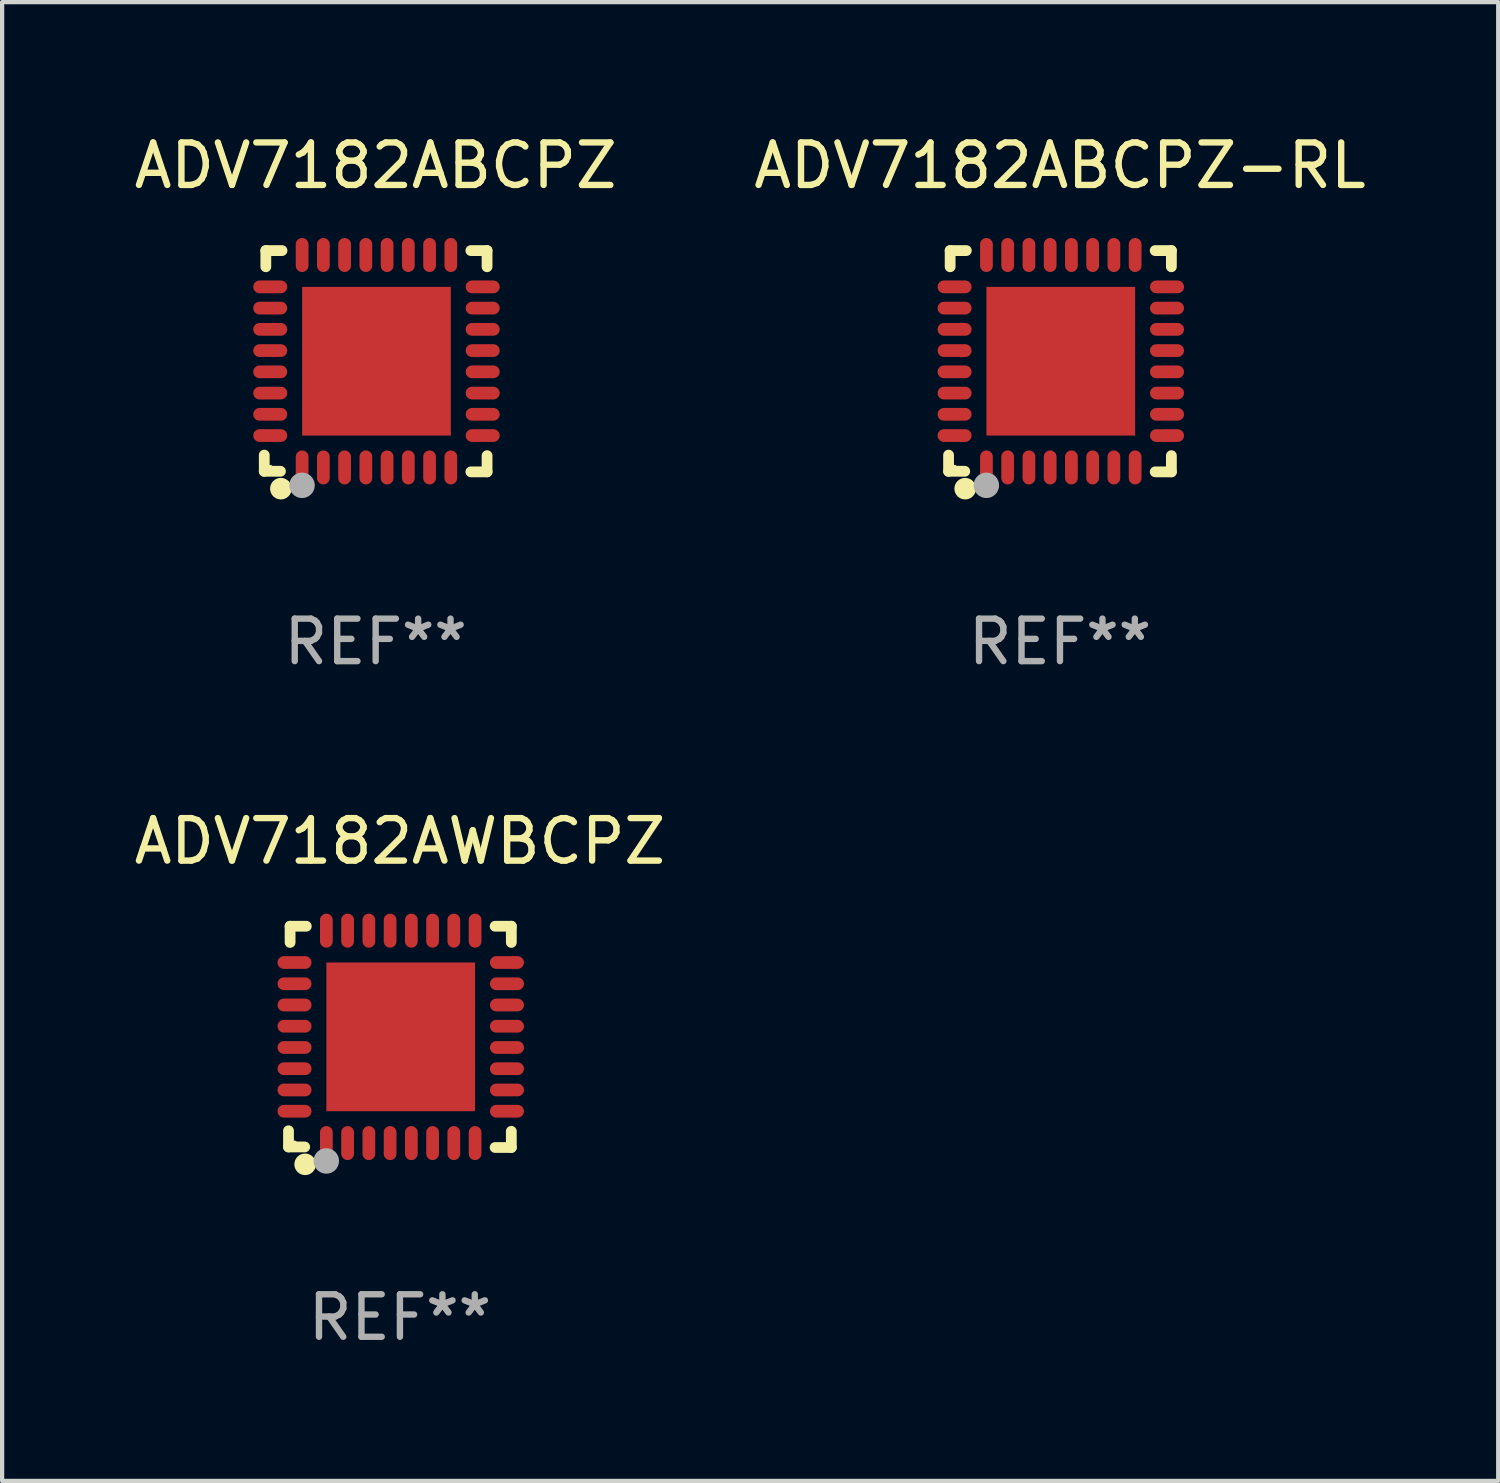
<source format=kicad_pcb>
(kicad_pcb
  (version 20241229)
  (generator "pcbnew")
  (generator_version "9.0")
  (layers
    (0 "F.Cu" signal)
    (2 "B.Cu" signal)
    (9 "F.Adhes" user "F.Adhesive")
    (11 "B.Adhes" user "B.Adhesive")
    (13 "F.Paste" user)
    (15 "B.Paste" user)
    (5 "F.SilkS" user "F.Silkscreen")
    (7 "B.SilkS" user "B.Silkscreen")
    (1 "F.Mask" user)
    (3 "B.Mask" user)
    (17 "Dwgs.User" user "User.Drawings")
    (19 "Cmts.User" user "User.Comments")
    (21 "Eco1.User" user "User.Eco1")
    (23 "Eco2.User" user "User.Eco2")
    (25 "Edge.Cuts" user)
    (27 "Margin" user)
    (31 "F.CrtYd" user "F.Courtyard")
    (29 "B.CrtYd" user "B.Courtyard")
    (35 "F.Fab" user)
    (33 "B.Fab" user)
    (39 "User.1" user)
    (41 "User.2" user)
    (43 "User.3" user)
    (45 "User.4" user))
  (footprint "ADV7182ABCPZ"
    (layer "F.Cu")
    (at 5.792 5.452)
    (property "Reference" "ADV7182ABCPZ" (at 0 -4.604 0) (layer "F.SilkS") (effects (font (size 1 1) (thickness 0.15))))
    (attr through_hole)
    (fp_line (start -2.622 2.21) (end -2.622 2.591) (stroke (width 0.254) (type solid)) (layer "F.SilkS"))
    (fp_line (start -2.622 2.591) (end -2.241 2.591) (stroke (width 0.254) (type solid)) (layer "F.SilkS"))
    (fp_line (start -2.585 -2.604) (end -2.585 -2.223) (stroke (width 0.254) (type solid)) (layer "F.SilkS"))
    (fp_line (start -2.204 -2.604) (end -2.585 -2.604) (stroke (width 0.254) (type solid)) (layer "F.SilkS"))
    (fp_line (start 2.241 2.604) (end 2.622 2.604) (stroke (width 0.254) (type solid)) (layer "F.SilkS"))
    (fp_line (start 2.622 -2.604) (end 2.241 -2.604) (stroke (width 0.254) (type solid)) (layer "F.SilkS"))
    (fp_line (start 2.622 -2.223) (end 2.622 -2.604) (stroke (width 0.254) (type solid)) (layer "F.SilkS"))
    (fp_line (start 2.622 2.604) (end 2.622 2.223) (stroke (width 0.254) (type solid)) (layer "F.SilkS"))
    (fp_circle (center -2.481 2.5) (end -2.451 2.5) (stroke (width 0.06) (type solid)) (fill no) (layer "F.SilkS"))
    (fp_circle (center -2.231 3) (end -2.104 3) (stroke (width 0.254) (type solid)) (fill no) (layer "F.SilkS"))
    (fp_circle (center -1.733 2.921) (end -1.583 2.921) (stroke (width 0.3) (type solid)) (fill no) (layer "F.Fab"))
    (fp_text user "REF**" (at 0 6.604 0) (layer "F.Fab") (effects (font (size 1 1) (thickness 0.15))))
    (pad "1" smd oval (at -1.731 2.5 90) (size 0.8 0.3) (layers "F.Cu" "F.Mask" "F.Paste"))
    (pad "2" smd oval (at -1.231 2.5 90) (size 0.8 0.3) (layers "F.Cu" "F.Mask" "F.Paste"))
    (pad "3" smd oval (at -0.731 2.5 90) (size 0.8 0.3) (layers "F.Cu" "F.Mask" "F.Paste"))
    (pad "4" smd oval (at -0.231 2.5 90) (size 0.8 0.3) (layers "F.Cu" "F.Mask" "F.Paste"))
    (pad "5" smd oval (at 0.269 2.5 90) (size 0.8 0.3) (layers "F.Cu" "F.Mask" "F.Paste"))
    (pad "6" smd oval (at 0.769 2.5 90) (size 0.8 0.3) (layers "F.Cu" "F.Mask" "F.Paste"))
    (pad "7" smd oval (at 1.269 2.5 90) (size 0.8 0.3) (layers "F.Cu" "F.Mask" "F.Paste"))
    (pad "8" smd oval (at 1.769 2.5 90) (size 0.8 0.3) (layers "F.Cu" "F.Mask" "F.Paste"))
    (pad "9" smd oval (at 2.519 1.75 180) (size 0.8 0.3) (layers "F.Cu" "F.Mask" "F.Paste"))
    (pad "10" smd oval (at 2.519 1.25 180) (size 0.8 0.3) (layers "F.Cu" "F.Mask" "F.Paste"))
    (pad "11" smd oval (at 2.519 0.75 180) (size 0.8 0.3) (layers "F.Cu" "F.Mask" "F.Paste"))
    (pad "12" smd oval (at 2.519 0.25 180) (size 0.8 0.3) (layers "F.Cu" "F.Mask" "F.Paste"))
    (pad "13" smd oval (at 2.519 -0.25 180) (size 0.8 0.3) (layers "F.Cu" "F.Mask" "F.Paste"))
    (pad "14" smd oval (at 2.519 -0.75 180) (size 0.8 0.3) (layers "F.Cu" "F.Mask" "F.Paste"))
    (pad "15" smd oval (at 2.519 -1.25 180) (size 0.8 0.3) (layers "F.Cu" "F.Mask" "F.Paste"))
    (pad "16" smd oval (at 2.519 -1.75 180) (size 0.8 0.3) (layers "F.Cu" "F.Mask" "F.Paste"))
    (pad "17" smd oval (at 1.769 -2.5 270) (size 0.8 0.3) (layers "F.Cu" "F.Mask" "F.Paste"))
    (pad "18" smd oval (at 1.269 -2.5 270) (size 0.8 0.3) (layers "F.Cu" "F.Mask" "F.Paste"))
    (pad "19" smd oval (at 0.769 -2.5 270) (size 0.8 0.3) (layers "F.Cu" "F.Mask" "F.Paste"))
    (pad "20" smd oval (at 0.269 -2.5 270) (size 0.8 0.3) (layers "F.Cu" "F.Mask" "F.Paste"))
    (pad "21" smd oval (at -0.231 -2.5 270) (size 0.8 0.3) (layers "F.Cu" "F.Mask" "F.Paste"))
    (pad "22" smd oval (at -0.731 -2.5 270) (size 0.8 0.3) (layers "F.Cu" "F.Mask" "F.Paste"))
    (pad "23" smd oval (at -1.231 -2.5 270) (size 0.8 0.3) (layers "F.Cu" "F.Mask" "F.Paste"))
    (pad "24" smd oval (at -1.731 -2.5 270) (size 0.8 0.3) (layers "F.Cu" "F.Mask" "F.Paste"))
    (pad "25" smd oval (at -2.481 -1.75) (size 0.8 0.3) (layers "F.Cu" "F.Mask" "F.Paste"))
    (pad "26" smd oval (at -2.481 -1.25) (size 0.8 0.3) (layers "F.Cu" "F.Mask" "F.Paste"))
    (pad "27" smd oval (at -2.481 -0.75) (size 0.8 0.3) (layers "F.Cu" "F.Mask" "F.Paste"))
    (pad "28" smd oval (at -2.481 -0.25) (size 0.8 0.3) (layers "F.Cu" "F.Mask" "F.Paste"))
    (pad "29" smd oval (at -2.481 0.25) (size 0.8 0.3) (layers "F.Cu" "F.Mask" "F.Paste"))
    (pad "30" smd oval (at -2.481 0.75) (size 0.8 0.3) (layers "F.Cu" "F.Mask" "F.Paste"))
    (pad "31" smd oval (at -2.481 1.25) (size 0.8 0.3) (layers "F.Cu" "F.Mask" "F.Paste"))
    (pad "32" smd oval (at -2.481 1.75) (size 0.8 0.3) (layers "F.Cu" "F.Mask" "F.Paste"))
    (pad "33" smd rect (at 0.019 -0.000025 90) (size 3.5 3.5) (layers "F.Cu" "F.Mask" "F.Paste")))
  (footprint "ADV7182AWBCPZ"
    (layer "F.Cu")
    (at 6.363 21.355)
    (property "Reference" "ADV7182AWBCPZ" (at 0 -4.604 0) (layer "F.SilkS") (effects (font (size 1 1) (thickness 0.15))))
    (attr through_hole)
    (fp_line (start -2.622 2.21) (end -2.622 2.591) (stroke (width 0.254) (type solid)) (layer "F.SilkS"))
    (fp_line (start -2.622 2.591) (end -2.241 2.591) (stroke (width 0.254) (type solid)) (layer "F.SilkS"))
    (fp_line (start -2.585 -2.604) (end -2.585 -2.223) (stroke (width 0.254) (type solid)) (layer "F.SilkS"))
    (fp_line (start -2.204 -2.604) (end -2.585 -2.604) (stroke (width 0.254) (type solid)) (layer "F.SilkS"))
    (fp_line (start 2.241 2.604) (end 2.622 2.604) (stroke (width 0.254) (type solid)) (layer "F.SilkS"))
    (fp_line (start 2.622 -2.604) (end 2.241 -2.604) (stroke (width 0.254) (type solid)) (layer "F.SilkS"))
    (fp_line (start 2.622 -2.223) (end 2.622 -2.604) (stroke (width 0.254) (type solid)) (layer "F.SilkS"))
    (fp_line (start 2.622 2.604) (end 2.622 2.223) (stroke (width 0.254) (type solid)) (layer "F.SilkS"))
    (fp_circle (center -2.481 2.5) (end -2.451 2.5) (stroke (width 0.06) (type solid)) (fill no) (layer "F.SilkS"))
    (fp_circle (center -2.231 3) (end -2.104 3) (stroke (width 0.254) (type solid)) (fill no) (layer "F.SilkS"))
    (fp_circle (center -1.733 2.921) (end -1.583 2.921) (stroke (width 0.3) (type solid)) (fill no) (layer "F.Fab"))
    (fp_text user "REF**" (at 0 6.604 0) (layer "F.Fab") (effects (font (size 1 1) (thickness 0.15))))
    (pad "1" smd oval (at -1.731 2.5 90) (size 0.8 0.3) (layers "F.Cu" "F.Mask" "F.Paste"))
    (pad "2" smd oval (at -1.231 2.5 90) (size 0.8 0.3) (layers "F.Cu" "F.Mask" "F.Paste"))
    (pad "3" smd oval (at -0.731 2.5 90) (size 0.8 0.3) (layers "F.Cu" "F.Mask" "F.Paste"))
    (pad "4" smd oval (at -0.231 2.5 90) (size 0.8 0.3) (layers "F.Cu" "F.Mask" "F.Paste"))
    (pad "5" smd oval (at 0.269 2.5 90) (size 0.8 0.3) (layers "F.Cu" "F.Mask" "F.Paste"))
    (pad "6" smd oval (at 0.769 2.5 90) (size 0.8 0.3) (layers "F.Cu" "F.Mask" "F.Paste"))
    (pad "7" smd oval (at 1.269 2.5 90) (size 0.8 0.3) (layers "F.Cu" "F.Mask" "F.Paste"))
    (pad "8" smd oval (at 1.769 2.5 90) (size 0.8 0.3) (layers "F.Cu" "F.Mask" "F.Paste"))
    (pad "9" smd oval (at 2.519 1.75 180) (size 0.8 0.3) (layers "F.Cu" "F.Mask" "F.Paste"))
    (pad "10" smd oval (at 2.519 1.25 180) (size 0.8 0.3) (layers "F.Cu" "F.Mask" "F.Paste"))
    (pad "11" smd oval (at 2.519 0.75 180) (size 0.8 0.3) (layers "F.Cu" "F.Mask" "F.Paste"))
    (pad "12" smd oval (at 2.519 0.25 180) (size 0.8 0.3) (layers "F.Cu" "F.Mask" "F.Paste"))
    (pad "13" smd oval (at 2.519 -0.25 180) (size 0.8 0.3) (layers "F.Cu" "F.Mask" "F.Paste"))
    (pad "14" smd oval (at 2.519 -0.75 180) (size 0.8 0.3) (layers "F.Cu" "F.Mask" "F.Paste"))
    (pad "15" smd oval (at 2.519 -1.25 180) (size 0.8 0.3) (layers "F.Cu" "F.Mask" "F.Paste"))
    (pad "16" smd oval (at 2.519 -1.75 180) (size 0.8 0.3) (layers "F.Cu" "F.Mask" "F.Paste"))
    (pad "17" smd oval (at 1.769 -2.5 270) (size 0.8 0.3) (layers "F.Cu" "F.Mask" "F.Paste"))
    (pad "18" smd oval (at 1.269 -2.5 270) (size 0.8 0.3) (layers "F.Cu" "F.Mask" "F.Paste"))
    (pad "19" smd oval (at 0.769 -2.5 270) (size 0.8 0.3) (layers "F.Cu" "F.Mask" "F.Paste"))
    (pad "20" smd oval (at 0.269 -2.5 270) (size 0.8 0.3) (layers "F.Cu" "F.Mask" "F.Paste"))
    (pad "21" smd oval (at -0.231 -2.5 270) (size 0.8 0.3) (layers "F.Cu" "F.Mask" "F.Paste"))
    (pad "22" smd oval (at -0.731 -2.5 270) (size 0.8 0.3) (layers "F.Cu" "F.Mask" "F.Paste"))
    (pad "23" smd oval (at -1.231 -2.5 270) (size 0.8 0.3) (layers "F.Cu" "F.Mask" "F.Paste"))
    (pad "24" smd oval (at -1.731 -2.5 270) (size 0.8 0.3) (layers "F.Cu" "F.Mask" "F.Paste"))
    (pad "25" smd oval (at -2.481 -1.75) (size 0.8 0.3) (layers "F.Cu" "F.Mask" "F.Paste"))
    (pad "26" smd oval (at -2.481 -1.25) (size 0.8 0.3) (layers "F.Cu" "F.Mask" "F.Paste"))
    (pad "27" smd oval (at -2.481 -0.75) (size 0.8 0.3) (layers "F.Cu" "F.Mask" "F.Paste"))
    (pad "28" smd oval (at -2.481 -0.25) (size 0.8 0.3) (layers "F.Cu" "F.Mask" "F.Paste"))
    (pad "29" smd oval (at -2.481 0.25) (size 0.8 0.3) (layers "F.Cu" "F.Mask" "F.Paste"))
    (pad "30" smd oval (at -2.481 0.75) (size 0.8 0.3) (layers "F.Cu" "F.Mask" "F.Paste"))
    (pad "31" smd oval (at -2.481 1.25) (size 0.8 0.3) (layers "F.Cu" "F.Mask" "F.Paste"))
    (pad "32" smd oval (at -2.481 1.75) (size 0.8 0.3) (layers "F.Cu" "F.Mask" "F.Paste"))
    (pad "33" smd rect (at 0.019 -0.000025 90) (size 3.5 3.5) (layers "F.Cu" "F.Mask" "F.Paste")))
  (footprint "ADV7182ABCPZ-RL"
    (layer "F.Cu")
    (at 21.899 5.452)
    (property "Reference" "ADV7182ABCPZ-RL" (at 0 -4.604 0) (layer "F.SilkS") (effects (font (size 1 1) (thickness 0.15))))
    (attr through_hole)
    (fp_line (start -2.622 2.21) (end -2.622 2.591) (stroke (width 0.254) (type solid)) (layer "F.SilkS"))
    (fp_line (start -2.622 2.591) (end -2.241 2.591) (stroke (width 0.254) (type solid)) (layer "F.SilkS"))
    (fp_line (start -2.585 -2.604) (end -2.585 -2.223) (stroke (width 0.254) (type solid)) (layer "F.SilkS"))
    (fp_line (start -2.204 -2.604) (end -2.585 -2.604) (stroke (width 0.254) (type solid)) (layer "F.SilkS"))
    (fp_line (start 2.241 2.604) (end 2.622 2.604) (stroke (width 0.254) (type solid)) (layer "F.SilkS"))
    (fp_line (start 2.622 -2.604) (end 2.241 -2.604) (stroke (width 0.254) (type solid)) (layer "F.SilkS"))
    (fp_line (start 2.622 -2.223) (end 2.622 -2.604) (stroke (width 0.254) (type solid)) (layer "F.SilkS"))
    (fp_line (start 2.622 2.604) (end 2.622 2.223) (stroke (width 0.254) (type solid)) (layer "F.SilkS"))
    (fp_circle (center -2.481 2.5) (end -2.451 2.5) (stroke (width 0.06) (type solid)) (fill no) (layer "F.SilkS"))
    (fp_circle (center -2.231 3) (end -2.104 3) (stroke (width 0.254) (type solid)) (fill no) (layer "F.SilkS"))
    (fp_circle (center -1.733 2.921) (end -1.583 2.921) (stroke (width 0.3) (type solid)) (fill no) (layer "F.Fab"))
    (fp_text user "REF**" (at 0 6.604 0) (layer "F.Fab") (effects (font (size 1 1) (thickness 0.15))))
    (pad "1" smd oval (at -1.731 2.5 90) (size 0.8 0.3) (layers "F.Cu" "F.Mask" "F.Paste"))
    (pad "2" smd oval (at -1.231 2.5 90) (size 0.8 0.3) (layers "F.Cu" "F.Mask" "F.Paste"))
    (pad "3" smd oval (at -0.731 2.5 90) (size 0.8 0.3) (layers "F.Cu" "F.Mask" "F.Paste"))
    (pad "4" smd oval (at -0.231 2.5 90) (size 0.8 0.3) (layers "F.Cu" "F.Mask" "F.Paste"))
    (pad "5" smd oval (at 0.269 2.5 90) (size 0.8 0.3) (layers "F.Cu" "F.Mask" "F.Paste"))
    (pad "6" smd oval (at 0.769 2.5 90) (size 0.8 0.3) (layers "F.Cu" "F.Mask" "F.Paste"))
    (pad "7" smd oval (at 1.269 2.5 90) (size 0.8 0.3) (layers "F.Cu" "F.Mask" "F.Paste"))
    (pad "8" smd oval (at 1.769 2.5 90) (size 0.8 0.3) (layers "F.Cu" "F.Mask" "F.Paste"))
    (pad "9" smd oval (at 2.519 1.75 180) (size 0.8 0.3) (layers "F.Cu" "F.Mask" "F.Paste"))
    (pad "10" smd oval (at 2.519 1.25 180) (size 0.8 0.3) (layers "F.Cu" "F.Mask" "F.Paste"))
    (pad "11" smd oval (at 2.519 0.75 180) (size 0.8 0.3) (layers "F.Cu" "F.Mask" "F.Paste"))
    (pad "12" smd oval (at 2.519 0.25 180) (size 0.8 0.3) (layers "F.Cu" "F.Mask" "F.Paste"))
    (pad "13" smd oval (at 2.519 -0.25 180) (size 0.8 0.3) (layers "F.Cu" "F.Mask" "F.Paste"))
    (pad "14" smd oval (at 2.519 -0.75 180) (size 0.8 0.3) (layers "F.Cu" "F.Mask" "F.Paste"))
    (pad "15" smd oval (at 2.519 -1.25 180) (size 0.8 0.3) (layers "F.Cu" "F.Mask" "F.Paste"))
    (pad "16" smd oval (at 2.519 -1.75 180) (size 0.8 0.3) (layers "F.Cu" "F.Mask" "F.Paste"))
    (pad "17" smd oval (at 1.769 -2.5 270) (size 0.8 0.3) (layers "F.Cu" "F.Mask" "F.Paste"))
    (pad "18" smd oval (at 1.269 -2.5 270) (size 0.8 0.3) (layers "F.Cu" "F.Mask" "F.Paste"))
    (pad "19" smd oval (at 0.769 -2.5 270) (size 0.8 0.3) (layers "F.Cu" "F.Mask" "F.Paste"))
    (pad "20" smd oval (at 0.269 -2.5 270) (size 0.8 0.3) (layers "F.Cu" "F.Mask" "F.Paste"))
    (pad "21" smd oval (at -0.231 -2.5 270) (size 0.8 0.3) (layers "F.Cu" "F.Mask" "F.Paste"))
    (pad "22" smd oval (at -0.731 -2.5 270) (size 0.8 0.3) (layers "F.Cu" "F.Mask" "F.Paste"))
    (pad "23" smd oval (at -1.231 -2.5 270) (size 0.8 0.3) (layers "F.Cu" "F.Mask" "F.Paste"))
    (pad "24" smd oval (at -1.731 -2.5 270) (size 0.8 0.3) (layers "F.Cu" "F.Mask" "F.Paste"))
    (pad "25" smd oval (at -2.481 -1.75) (size 0.8 0.3) (layers "F.Cu" "F.Mask" "F.Paste"))
    (pad "26" smd oval (at -2.481 -1.25) (size 0.8 0.3) (layers "F.Cu" "F.Mask" "F.Paste"))
    (pad "27" smd oval (at -2.481 -0.75) (size 0.8 0.3) (layers "F.Cu" "F.Mask" "F.Paste"))
    (pad "28" smd oval (at -2.481 -0.25) (size 0.8 0.3) (layers "F.Cu" "F.Mask" "F.Paste"))
    (pad "29" smd oval (at -2.481 0.25) (size 0.8 0.3) (layers "F.Cu" "F.Mask" "F.Paste"))
    (pad "30" smd oval (at -2.481 0.75) (size 0.8 0.3) (layers "F.Cu" "F.Mask" "F.Paste"))
    (pad "31" smd oval (at -2.481 1.25) (size 0.8 0.3) (layers "F.Cu" "F.Mask" "F.Paste"))
    (pad "32" smd oval (at -2.481 1.75) (size 0.8 0.3) (layers "F.Cu" "F.Mask" "F.Paste"))
    (pad "33" smd rect (at 0.019 -0.000025 90) (size 3.5 3.5) (layers "F.Cu" "F.Mask" "F.Paste")))
  (gr_rect
    (start -3 -3)
    (end 32.214 31.807)
    (stroke (width 0.1) (type default))
    (fill no)
    (layer "Edge.Cuts")))
</source>
